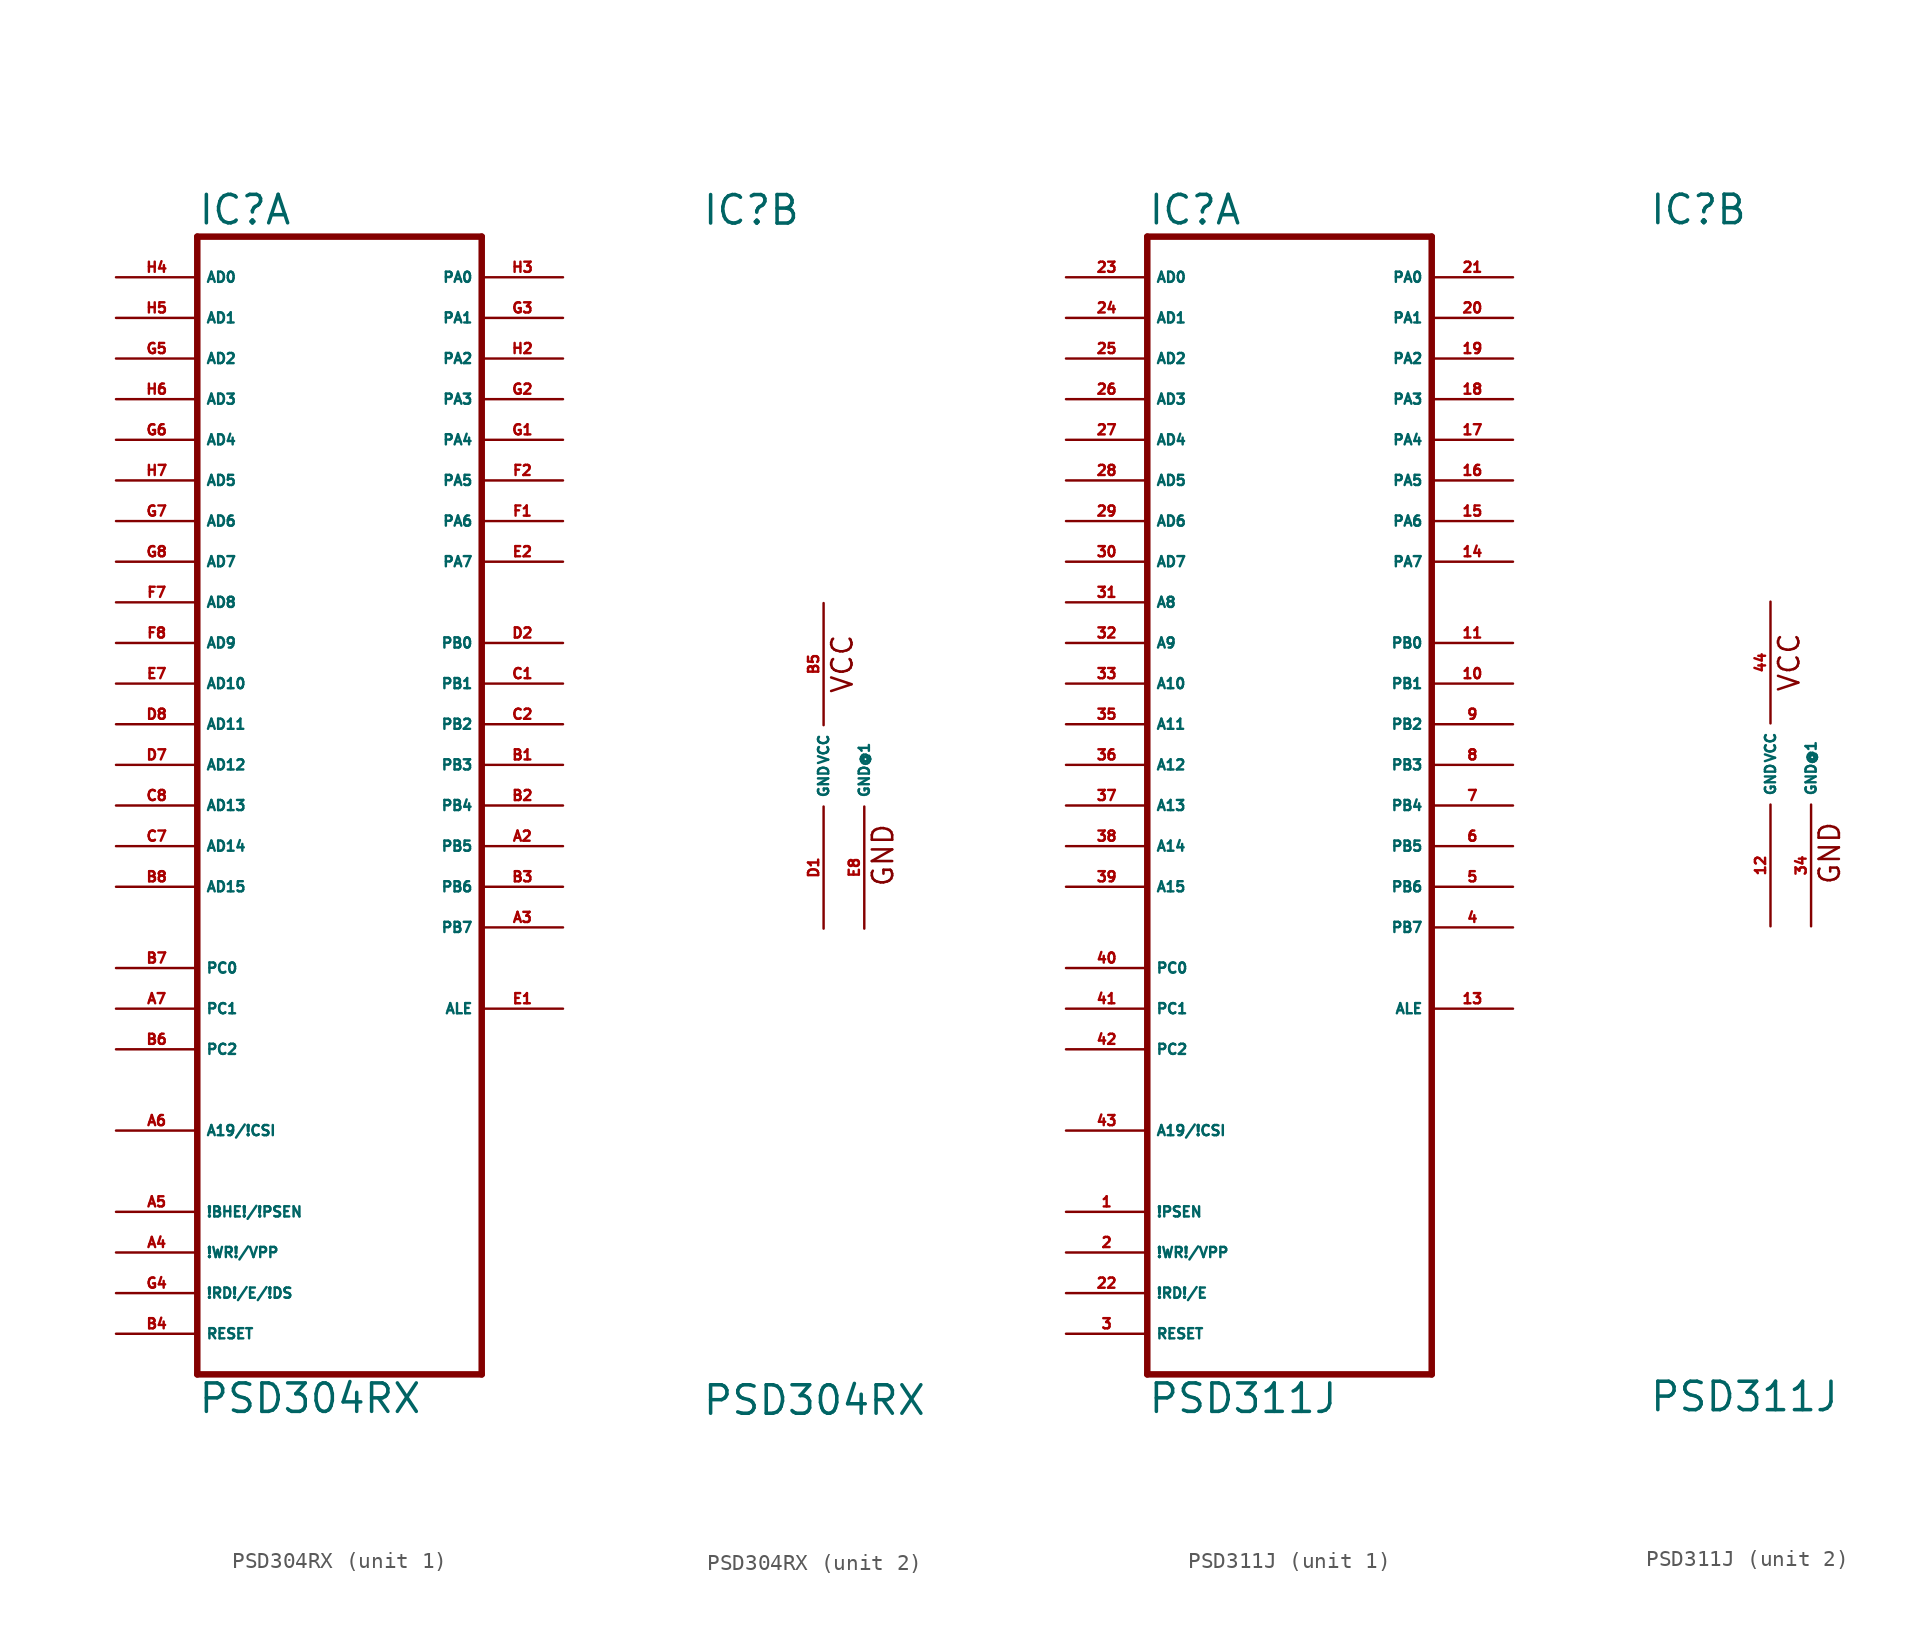
<source format=kicad_sym>
(kicad_symbol_lib
  (version 20220914)
  (generator Eagle2Kicad)
  (symbol "PSD304RX"
    (property "Reference" "IC"
      (at -7.62 33.655 0)
      (effects (font (size 1.778 1.778) (thickness 0.22)) (justify left bottom)))
    (property "Value" "PSD304RX"
      (at -7.62 -40.64 0)
      (effects (font (size 1.778 1.778) (thickness 0.22)) (justify left bottom)))
    (symbol "PSD304RX_1_0"
      (polyline (pts (xy -7.62 -38.1) (xy 10.16 -38.1)) (stroke (width 0.406) (type default)) (fill (type none)))
      (polyline (pts (xy 10.16 -38.1) (xy 10.16 33.02)) (stroke (width 0.406) (type default)) (fill (type none)))
      (polyline (pts (xy 10.16 33.02) (xy -7.62 33.02)) (stroke (width 0.406) (type default)) (fill (type none)))
      (polyline (pts (xy -7.62 33.02) (xy -7.62 -38.1)) (stroke (width 0.406) (type default)) (fill (type none)))
      (pin input line (at -12.7 30.48 0) (length 5.08) (name "AD0" (effects (font (size 0.635 0.635) (thickness 0.08)) (justify left bottom))) (number "H4" (effects (font (size 0.635 0.635) (thickness 0.08)) (justify left bottom))))
      (pin input line (at -12.7 27.94 0) (length 5.08) (name "AD1" (effects (font (size 0.635 0.635) (thickness 0.08)) (justify left bottom))) (number "H5" (effects (font (size 0.635 0.635) (thickness 0.08)) (justify left bottom))))
      (pin input line (at -12.7 25.4 0) (length 5.08) (name "AD2" (effects (font (size 0.635 0.635) (thickness 0.08)) (justify left bottom))) (number "G5" (effects (font (size 0.635 0.635) (thickness 0.08)) (justify left bottom))))
      (pin input line (at -12.7 22.86 0) (length 5.08) (name "AD3" (effects (font (size 0.635 0.635) (thickness 0.08)) (justify left bottom))) (number "H6" (effects (font (size 0.635 0.635) (thickness 0.08)) (justify left bottom))))
      (pin input line (at -12.7 20.32 0) (length 5.08) (name "AD4" (effects (font (size 0.635 0.635) (thickness 0.08)) (justify left bottom))) (number "G6" (effects (font (size 0.635 0.635) (thickness 0.08)) (justify left bottom))))
      (pin input line (at -12.7 17.78 0) (length 5.08) (name "AD5" (effects (font (size 0.635 0.635) (thickness 0.08)) (justify left bottom))) (number "H7" (effects (font (size 0.635 0.635) (thickness 0.08)) (justify left bottom))))
      (pin input line (at -12.7 15.24 0) (length 5.08) (name "AD6" (effects (font (size 0.635 0.635) (thickness 0.08)) (justify left bottom))) (number "G7" (effects (font (size 0.635 0.635) (thickness 0.08)) (justify left bottom))))
      (pin input line (at -12.7 12.7 0) (length 5.08) (name "AD7" (effects (font (size 0.635 0.635) (thickness 0.08)) (justify left bottom))) (number "G8" (effects (font (size 0.635 0.635) (thickness 0.08)) (justify left bottom))))
      (pin input line (at -12.7 10.16 0) (length 5.08) (name "AD8" (effects (font (size 0.635 0.635) (thickness 0.08)) (justify left bottom))) (number "F7" (effects (font (size 0.635 0.635) (thickness 0.08)) (justify left bottom))))
      (pin input line (at -12.7 7.62 0) (length 5.08) (name "AD9" (effects (font (size 0.635 0.635) (thickness 0.08)) (justify left bottom))) (number "F8" (effects (font (size 0.635 0.635) (thickness 0.08)) (justify left bottom))))
      (pin input line (at -12.7 5.08 0) (length 5.08) (name "AD10" (effects (font (size 0.635 0.635) (thickness 0.08)) (justify left bottom))) (number "E7" (effects (font (size 0.635 0.635) (thickness 0.08)) (justify left bottom))))
      (pin input line (at -12.7 2.54 0) (length 5.08) (name "AD11" (effects (font (size 0.635 0.635) (thickness 0.08)) (justify left bottom))) (number "D8" (effects (font (size 0.635 0.635) (thickness 0.08)) (justify left bottom))))
      (pin input line (at -12.7 0 0) (length 5.08) (name "AD12" (effects (font (size 0.635 0.635) (thickness 0.08)) (justify left bottom))) (number "D7" (effects (font (size 0.635 0.635) (thickness 0.08)) (justify left bottom))))
      (pin input line (at -12.7 -2.54 0) (length 5.08) (name "AD13" (effects (font (size 0.635 0.635) (thickness 0.08)) (justify left bottom))) (number "C8" (effects (font (size 0.635 0.635) (thickness 0.08)) (justify left bottom))))
      (pin input line (at -12.7 -5.08 0) (length 5.08) (name "AD14" (effects (font (size 0.635 0.635) (thickness 0.08)) (justify left bottom))) (number "C7" (effects (font (size 0.635 0.635) (thickness 0.08)) (justify left bottom))))
      (pin input line (at -12.7 -7.62 0) (length 5.08) (name "AD15" (effects (font (size 0.635 0.635) (thickness 0.08)) (justify left bottom))) (number "B8" (effects (font (size 0.635 0.635) (thickness 0.08)) (justify left bottom))))
      (pin input line (at -12.7 -12.7 0) (length 5.08) (name "PC0" (effects (font (size 0.635 0.635) (thickness 0.08)) (justify left bottom))) (number "B7" (effects (font (size 0.635 0.635) (thickness 0.08)) (justify left bottom))))
      (pin input line (at -12.7 -15.24 0) (length 5.08) (name "PC1" (effects (font (size 0.635 0.635) (thickness 0.08)) (justify left bottom))) (number "A7" (effects (font (size 0.635 0.635) (thickness 0.08)) (justify left bottom))))
      (pin input line (at -12.7 -17.78 0) (length 5.08) (name "PC2" (effects (font (size 0.635 0.635) (thickness 0.08)) (justify left bottom))) (number "B6" (effects (font (size 0.635 0.635) (thickness 0.08)) (justify left bottom))))
      (pin input line (at -12.7 -22.86 0) (length 5.08) (name "A19/!CSI" (effects (font (size 0.635 0.635) (thickness 0.08)) (justify left bottom))) (number "A6" (effects (font (size 0.635 0.635) (thickness 0.08)) (justify left bottom))))
      (pin bidirectional line (at 15.24 30.48 180) (length 5.08) (name "PA0" (effects (font (size 0.635 0.635) (thickness 0.08)) (justify left bottom))) (number "H3" (effects (font (size 0.635 0.635) (thickness 0.08)) (justify left bottom))))
      (pin bidirectional line (at 15.24 27.94 180) (length 5.08) (name "PA1" (effects (font (size 0.635 0.635) (thickness 0.08)) (justify left bottom))) (number "G3" (effects (font (size 0.635 0.635) (thickness 0.08)) (justify left bottom))))
      (pin bidirectional line (at 15.24 25.4 180) (length 5.08) (name "PA2" (effects (font (size 0.635 0.635) (thickness 0.08)) (justify left bottom))) (number "H2" (effects (font (size 0.635 0.635) (thickness 0.08)) (justify left bottom))))
      (pin bidirectional line (at 15.24 22.86 180) (length 5.08) (name "PA3" (effects (font (size 0.635 0.635) (thickness 0.08)) (justify left bottom))) (number "G2" (effects (font (size 0.635 0.635) (thickness 0.08)) (justify left bottom))))
      (pin bidirectional line (at 15.24 20.32 180) (length 5.08) (name "PA4" (effects (font (size 0.635 0.635) (thickness 0.08)) (justify left bottom))) (number "G1" (effects (font (size 0.635 0.635) (thickness 0.08)) (justify left bottom))))
      (pin bidirectional line (at 15.24 17.78 180) (length 5.08) (name "PA5" (effects (font (size 0.635 0.635) (thickness 0.08)) (justify left bottom))) (number "F2" (effects (font (size 0.635 0.635) (thickness 0.08)) (justify left bottom))))
      (pin bidirectional line (at 15.24 15.24 180) (length 5.08) (name "PA6" (effects (font (size 0.635 0.635) (thickness 0.08)) (justify left bottom))) (number "F1" (effects (font (size 0.635 0.635) (thickness 0.08)) (justify left bottom))))
      (pin bidirectional line (at 15.24 12.7 180) (length 5.08) (name "PA7" (effects (font (size 0.635 0.635) (thickness 0.08)) (justify left bottom))) (number "E2" (effects (font (size 0.635 0.635) (thickness 0.08)) (justify left bottom))))
      (pin output line (at 15.24 7.62 180) (length 5.08) (name "PB0" (effects (font (size 0.635 0.635) (thickness 0.08)) (justify left bottom))) (number "D2" (effects (font (size 0.635 0.635) (thickness 0.08)) (justify left bottom))))
      (pin output line (at 15.24 5.08 180) (length 5.08) (name "PB1" (effects (font (size 0.635 0.635) (thickness 0.08)) (justify left bottom))) (number "C1" (effects (font (size 0.635 0.635) (thickness 0.08)) (justify left bottom))))
      (pin output line (at 15.24 2.54 180) (length 5.08) (name "PB2" (effects (font (size 0.635 0.635) (thickness 0.08)) (justify left bottom))) (number "C2" (effects (font (size 0.635 0.635) (thickness 0.08)) (justify left bottom))))
      (pin output line (at 15.24 0 180) (length 5.08) (name "PB3" (effects (font (size 0.635 0.635) (thickness 0.08)) (justify left bottom))) (number "B1" (effects (font (size 0.635 0.635) (thickness 0.08)) (justify left bottom))))
      (pin output line (at 15.24 -2.54 180) (length 5.08) (name "PB4" (effects (font (size 0.635 0.635) (thickness 0.08)) (justify left bottom))) (number "B2" (effects (font (size 0.635 0.635) (thickness 0.08)) (justify left bottom))))
      (pin output line (at 15.24 -5.08 180) (length 5.08) (name "PB5" (effects (font (size 0.635 0.635) (thickness 0.08)) (justify left bottom))) (number "A2" (effects (font (size 0.635 0.635) (thickness 0.08)) (justify left bottom))))
      (pin output line (at 15.24 -7.62 180) (length 5.08) (name "PB6" (effects (font (size 0.635 0.635) (thickness 0.08)) (justify left bottom))) (number "B3" (effects (font (size 0.635 0.635) (thickness 0.08)) (justify left bottom))))
      (pin output line (at 15.24 -10.16 180) (length 5.08) (name "PB7" (effects (font (size 0.635 0.635) (thickness 0.08)) (justify left bottom))) (number "A3" (effects (font (size 0.635 0.635) (thickness 0.08)) (justify left bottom))))
      (pin output line (at 15.24 -15.24 180) (length 5.08) (name "ALE" (effects (font (size 0.635 0.635) (thickness 0.08)) (justify left bottom))) (number "E1" (effects (font (size 0.635 0.635) (thickness 0.08)) (justify left bottom))))
      (pin input line (at -12.7 -27.94 0) (length 5.08) (name "!BHE!/!PSEN" (effects (font (size 0.635 0.635) (thickness 0.08)) (justify left bottom))) (number "A5" (effects (font (size 0.635 0.635) (thickness 0.08)) (justify left bottom))))
      (pin input line (at -12.7 -30.48 0) (length 5.08) (name "!WR!/VPP" (effects (font (size 0.635 0.635) (thickness 0.08)) (justify left bottom))) (number "A4" (effects (font (size 0.635 0.635) (thickness 0.08)) (justify left bottom))))
      (pin input line (at -12.7 -33.02 0) (length 5.08) (name "!RD!/E/!DS" (effects (font (size 0.635 0.635) (thickness 0.08)) (justify left bottom))) (number "G4" (effects (font (size 0.635 0.635) (thickness 0.08)) (justify left bottom))))
      (pin input line (at -12.7 -35.56 0) (length 5.08) (name "RESET" (effects (font (size 0.635 0.635) (thickness 0.08)) (justify left bottom))) (number "B4" (effects (font (size 0.635 0.635) (thickness 0.08)) (justify left bottom)))))
    (symbol "PSD304RX_2_0"
      (text "VCC" (at 1.905 4.445 900) (effects (font (size 1.27 1.27) (thickness 0.16)) (justify left bottom)))
      (text "GND" (at 4.445 -7.62 900) (effects (font (size 1.27 1.27) (thickness 0.16)) (justify left bottom)))
      (pin unspecified line (at 0 10.16 270) (length 7.62) (name "VCC" (effects (font (size 0.635 0.635) (thickness 0.08)) (justify left bottom))) (number "B5" (effects (font (size 0.635 0.635) (thickness 0.08)) (justify left bottom))))
      (pin unspecified line (at 0 -10.16 90) (length 7.62) (name "GND" (effects (font (size 0.635 0.635) (thickness 0.08)) (justify left bottom))) (number "D1" (effects (font (size 0.635 0.635) (thickness 0.08)) (justify left bottom))))
      (pin unspecified line (at 2.54 -10.16 90) (length 7.62) (name "GND@1" (effects (font (size 0.635 0.635) (thickness 0.08)) (justify left bottom))) (number "E8" (effects (font (size 0.635 0.635) (thickness 0.08)) (justify left bottom))))))
  (symbol "PSD311J"
    (property "Reference" "IC"
      (at -7.62 33.655 0)
      (effects (font (size 1.778 1.778) (thickness 0.22)) (justify left bottom)))
    (property "Value" "PSD311J"
      (at -7.62 -40.64 0)
      (effects (font (size 1.778 1.778) (thickness 0.22)) (justify left bottom)))
    (symbol "PSD311J_1_0"
      (polyline (pts (xy -7.62 -38.1) (xy 10.16 -38.1)) (stroke (width 0.406) (type default)) (fill (type none)))
      (polyline (pts (xy 10.16 -38.1) (xy 10.16 33.02)) (stroke (width 0.406) (type default)) (fill (type none)))
      (polyline (pts (xy 10.16 33.02) (xy -7.62 33.02)) (stroke (width 0.406) (type default)) (fill (type none)))
      (polyline (pts (xy -7.62 33.02) (xy -7.62 -38.1)) (stroke (width 0.406) (type default)) (fill (type none)))
      (pin input line (at -12.7 30.48 0) (length 5.08) (name "AD0" (effects (font (size 0.635 0.635) (thickness 0.08)) (justify left bottom))) (number "23" (effects (font (size 0.635 0.635) (thickness 0.08)) (justify left bottom))))
      (pin input line (at -12.7 27.94 0) (length 5.08) (name "AD1" (effects (font (size 0.635 0.635) (thickness 0.08)) (justify left bottom))) (number "24" (effects (font (size 0.635 0.635) (thickness 0.08)) (justify left bottom))))
      (pin input line (at -12.7 25.4 0) (length 5.08) (name "AD2" (effects (font (size 0.635 0.635) (thickness 0.08)) (justify left bottom))) (number "25" (effects (font (size 0.635 0.635) (thickness 0.08)) (justify left bottom))))
      (pin input line (at -12.7 22.86 0) (length 5.08) (name "AD3" (effects (font (size 0.635 0.635) (thickness 0.08)) (justify left bottom))) (number "26" (effects (font (size 0.635 0.635) (thickness 0.08)) (justify left bottom))))
      (pin input line (at -12.7 20.32 0) (length 5.08) (name "AD4" (effects (font (size 0.635 0.635) (thickness 0.08)) (justify left bottom))) (number "27" (effects (font (size 0.635 0.635) (thickness 0.08)) (justify left bottom))))
      (pin input line (at -12.7 17.78 0) (length 5.08) (name "AD5" (effects (font (size 0.635 0.635) (thickness 0.08)) (justify left bottom))) (number "28" (effects (font (size 0.635 0.635) (thickness 0.08)) (justify left bottom))))
      (pin input line (at -12.7 15.24 0) (length 5.08) (name "AD6" (effects (font (size 0.635 0.635) (thickness 0.08)) (justify left bottom))) (number "29" (effects (font (size 0.635 0.635) (thickness 0.08)) (justify left bottom))))
      (pin input line (at -12.7 12.7 0) (length 5.08) (name "AD7" (effects (font (size 0.635 0.635) (thickness 0.08)) (justify left bottom))) (number "30" (effects (font (size 0.635 0.635) (thickness 0.08)) (justify left bottom))))
      (pin input line (at -12.7 10.16 0) (length 5.08) (name "A8" (effects (font (size 0.635 0.635) (thickness 0.08)) (justify left bottom))) (number "31" (effects (font (size 0.635 0.635) (thickness 0.08)) (justify left bottom))))
      (pin input line (at -12.7 7.62 0) (length 5.08) (name "A9" (effects (font (size 0.635 0.635) (thickness 0.08)) (justify left bottom))) (number "32" (effects (font (size 0.635 0.635) (thickness 0.08)) (justify left bottom))))
      (pin input line (at -12.7 5.08 0) (length 5.08) (name "A10" (effects (font (size 0.635 0.635) (thickness 0.08)) (justify left bottom))) (number "33" (effects (font (size 0.635 0.635) (thickness 0.08)) (justify left bottom))))
      (pin input line (at -12.7 2.54 0) (length 5.08) (name "A11" (effects (font (size 0.635 0.635) (thickness 0.08)) (justify left bottom))) (number "35" (effects (font (size 0.635 0.635) (thickness 0.08)) (justify left bottom))))
      (pin input line (at -12.7 0 0) (length 5.08) (name "A12" (effects (font (size 0.635 0.635) (thickness 0.08)) (justify left bottom))) (number "36" (effects (font (size 0.635 0.635) (thickness 0.08)) (justify left bottom))))
      (pin input line (at -12.7 -2.54 0) (length 5.08) (name "A13" (effects (font (size 0.635 0.635) (thickness 0.08)) (justify left bottom))) (number "37" (effects (font (size 0.635 0.635) (thickness 0.08)) (justify left bottom))))
      (pin input line (at -12.7 -5.08 0) (length 5.08) (name "A14" (effects (font (size 0.635 0.635) (thickness 0.08)) (justify left bottom))) (number "38" (effects (font (size 0.635 0.635) (thickness 0.08)) (justify left bottom))))
      (pin input line (at -12.7 -7.62 0) (length 5.08) (name "A15" (effects (font (size 0.635 0.635) (thickness 0.08)) (justify left bottom))) (number "39" (effects (font (size 0.635 0.635) (thickness 0.08)) (justify left bottom))))
      (pin input line (at -12.7 -12.7 0) (length 5.08) (name "PC0" (effects (font (size 0.635 0.635) (thickness 0.08)) (justify left bottom))) (number "40" (effects (font (size 0.635 0.635) (thickness 0.08)) (justify left bottom))))
      (pin input line (at -12.7 -15.24 0) (length 5.08) (name "PC1" (effects (font (size 0.635 0.635) (thickness 0.08)) (justify left bottom))) (number "41" (effects (font (size 0.635 0.635) (thickness 0.08)) (justify left bottom))))
      (pin input line (at -12.7 -17.78 0) (length 5.08) (name "PC2" (effects (font (size 0.635 0.635) (thickness 0.08)) (justify left bottom))) (number "42" (effects (font (size 0.635 0.635) (thickness 0.08)) (justify left bottom))))
      (pin input line (at -12.7 -22.86 0) (length 5.08) (name "A19/!CSI" (effects (font (size 0.635 0.635) (thickness 0.08)) (justify left bottom))) (number "43" (effects (font (size 0.635 0.635) (thickness 0.08)) (justify left bottom))))
      (pin bidirectional line (at 15.24 30.48 180) (length 5.08) (name "PA0" (effects (font (size 0.635 0.635) (thickness 0.08)) (justify left bottom))) (number "21" (effects (font (size 0.635 0.635) (thickness 0.08)) (justify left bottom))))
      (pin bidirectional line (at 15.24 27.94 180) (length 5.08) (name "PA1" (effects (font (size 0.635 0.635) (thickness 0.08)) (justify left bottom))) (number "20" (effects (font (size 0.635 0.635) (thickness 0.08)) (justify left bottom))))
      (pin bidirectional line (at 15.24 25.4 180) (length 5.08) (name "PA2" (effects (font (size 0.635 0.635) (thickness 0.08)) (justify left bottom))) (number "19" (effects (font (size 0.635 0.635) (thickness 0.08)) (justify left bottom))))
      (pin bidirectional line (at 15.24 22.86 180) (length 5.08) (name "PA3" (effects (font (size 0.635 0.635) (thickness 0.08)) (justify left bottom))) (number "18" (effects (font (size 0.635 0.635) (thickness 0.08)) (justify left bottom))))
      (pin bidirectional line (at 15.24 20.32 180) (length 5.08) (name "PA4" (effects (font (size 0.635 0.635) (thickness 0.08)) (justify left bottom))) (number "17" (effects (font (size 0.635 0.635) (thickness 0.08)) (justify left bottom))))
      (pin bidirectional line (at 15.24 17.78 180) (length 5.08) (name "PA5" (effects (font (size 0.635 0.635) (thickness 0.08)) (justify left bottom))) (number "16" (effects (font (size 0.635 0.635) (thickness 0.08)) (justify left bottom))))
      (pin bidirectional line (at 15.24 15.24 180) (length 5.08) (name "PA6" (effects (font (size 0.635 0.635) (thickness 0.08)) (justify left bottom))) (number "15" (effects (font (size 0.635 0.635) (thickness 0.08)) (justify left bottom))))
      (pin bidirectional line (at 15.24 12.7 180) (length 5.08) (name "PA7" (effects (font (size 0.635 0.635) (thickness 0.08)) (justify left bottom))) (number "14" (effects (font (size 0.635 0.635) (thickness 0.08)) (justify left bottom))))
      (pin output line (at 15.24 7.62 180) (length 5.08) (name "PB0" (effects (font (size 0.635 0.635) (thickness 0.08)) (justify left bottom))) (number "11" (effects (font (size 0.635 0.635) (thickness 0.08)) (justify left bottom))))
      (pin output line (at 15.24 5.08 180) (length 5.08) (name "PB1" (effects (font (size 0.635 0.635) (thickness 0.08)) (justify left bottom))) (number "10" (effects (font (size 0.635 0.635) (thickness 0.08)) (justify left bottom))))
      (pin output line (at 15.24 2.54 180) (length 5.08) (name "PB2" (effects (font (size 0.635 0.635) (thickness 0.08)) (justify left bottom))) (number "9" (effects (font (size 0.635 0.635) (thickness 0.08)) (justify left bottom))))
      (pin output line (at 15.24 0 180) (length 5.08) (name "PB3" (effects (font (size 0.635 0.635) (thickness 0.08)) (justify left bottom))) (number "8" (effects (font (size 0.635 0.635) (thickness 0.08)) (justify left bottom))))
      (pin output line (at 15.24 -2.54 180) (length 5.08) (name "PB4" (effects (font (size 0.635 0.635) (thickness 0.08)) (justify left bottom))) (number "7" (effects (font (size 0.635 0.635) (thickness 0.08)) (justify left bottom))))
      (pin output line (at 15.24 -5.08 180) (length 5.08) (name "PB5" (effects (font (size 0.635 0.635) (thickness 0.08)) (justify left bottom))) (number "6" (effects (font (size 0.635 0.635) (thickness 0.08)) (justify left bottom))))
      (pin output line (at 15.24 -7.62 180) (length 5.08) (name "PB6" (effects (font (size 0.635 0.635) (thickness 0.08)) (justify left bottom))) (number "5" (effects (font (size 0.635 0.635) (thickness 0.08)) (justify left bottom))))
      (pin output line (at 15.24 -10.16 180) (length 5.08) (name "PB7" (effects (font (size 0.635 0.635) (thickness 0.08)) (justify left bottom))) (number "4" (effects (font (size 0.635 0.635) (thickness 0.08)) (justify left bottom))))
      (pin output line (at 15.24 -15.24 180) (length 5.08) (name "ALE" (effects (font (size 0.635 0.635) (thickness 0.08)) (justify left bottom))) (number "13" (effects (font (size 0.635 0.635) (thickness 0.08)) (justify left bottom))))
      (pin input line (at -12.7 -27.94 0) (length 5.08) (name "!PSEN" (effects (font (size 0.635 0.635) (thickness 0.08)) (justify left bottom))) (number "1" (effects (font (size 0.635 0.635) (thickness 0.08)) (justify left bottom))))
      (pin input line (at -12.7 -30.48 0) (length 5.08) (name "!WR!/VPP" (effects (font (size 0.635 0.635) (thickness 0.08)) (justify left bottom))) (number "2" (effects (font (size 0.635 0.635) (thickness 0.08)) (justify left bottom))))
      (pin input line (at -12.7 -33.02 0) (length 5.08) (name "!RD!/E" (effects (font (size 0.635 0.635) (thickness 0.08)) (justify left bottom))) (number "22" (effects (font (size 0.635 0.635) (thickness 0.08)) (justify left bottom))))
      (pin input line (at -12.7 -35.56 0) (length 5.08) (name "RESET" (effects (font (size 0.635 0.635) (thickness 0.08)) (justify left bottom))) (number "3" (effects (font (size 0.635 0.635) (thickness 0.08)) (justify left bottom)))))
    (symbol "PSD311J_2_0"
      (text "VCC" (at 1.905 4.445 900) (effects (font (size 1.27 1.27) (thickness 0.16)) (justify left bottom)))
      (text "GND" (at 4.445 -7.62 900) (effects (font (size 1.27 1.27) (thickness 0.16)) (justify left bottom)))
      (pin unspecified line (at 0 10.16 270) (length 7.62) (name "VCC" (effects (font (size 0.635 0.635) (thickness 0.08)) (justify left bottom))) (number "44" (effects (font (size 0.635 0.635) (thickness 0.08)) (justify left bottom))))
      (pin unspecified line (at 0 -10.16 90) (length 7.62) (name "GND" (effects (font (size 0.635 0.635) (thickness 0.08)) (justify left bottom))) (number "12" (effects (font (size 0.635 0.635) (thickness 0.08)) (justify left bottom))))
      (pin unspecified line (at 2.54 -10.16 90) (length 7.62) (name "GND@1" (effects (font (size 0.635 0.635) (thickness 0.08)) (justify left bottom))) (number "34" (effects (font (size 0.635 0.635) (thickness 0.08)) (justify left bottom)))))))
</source>
